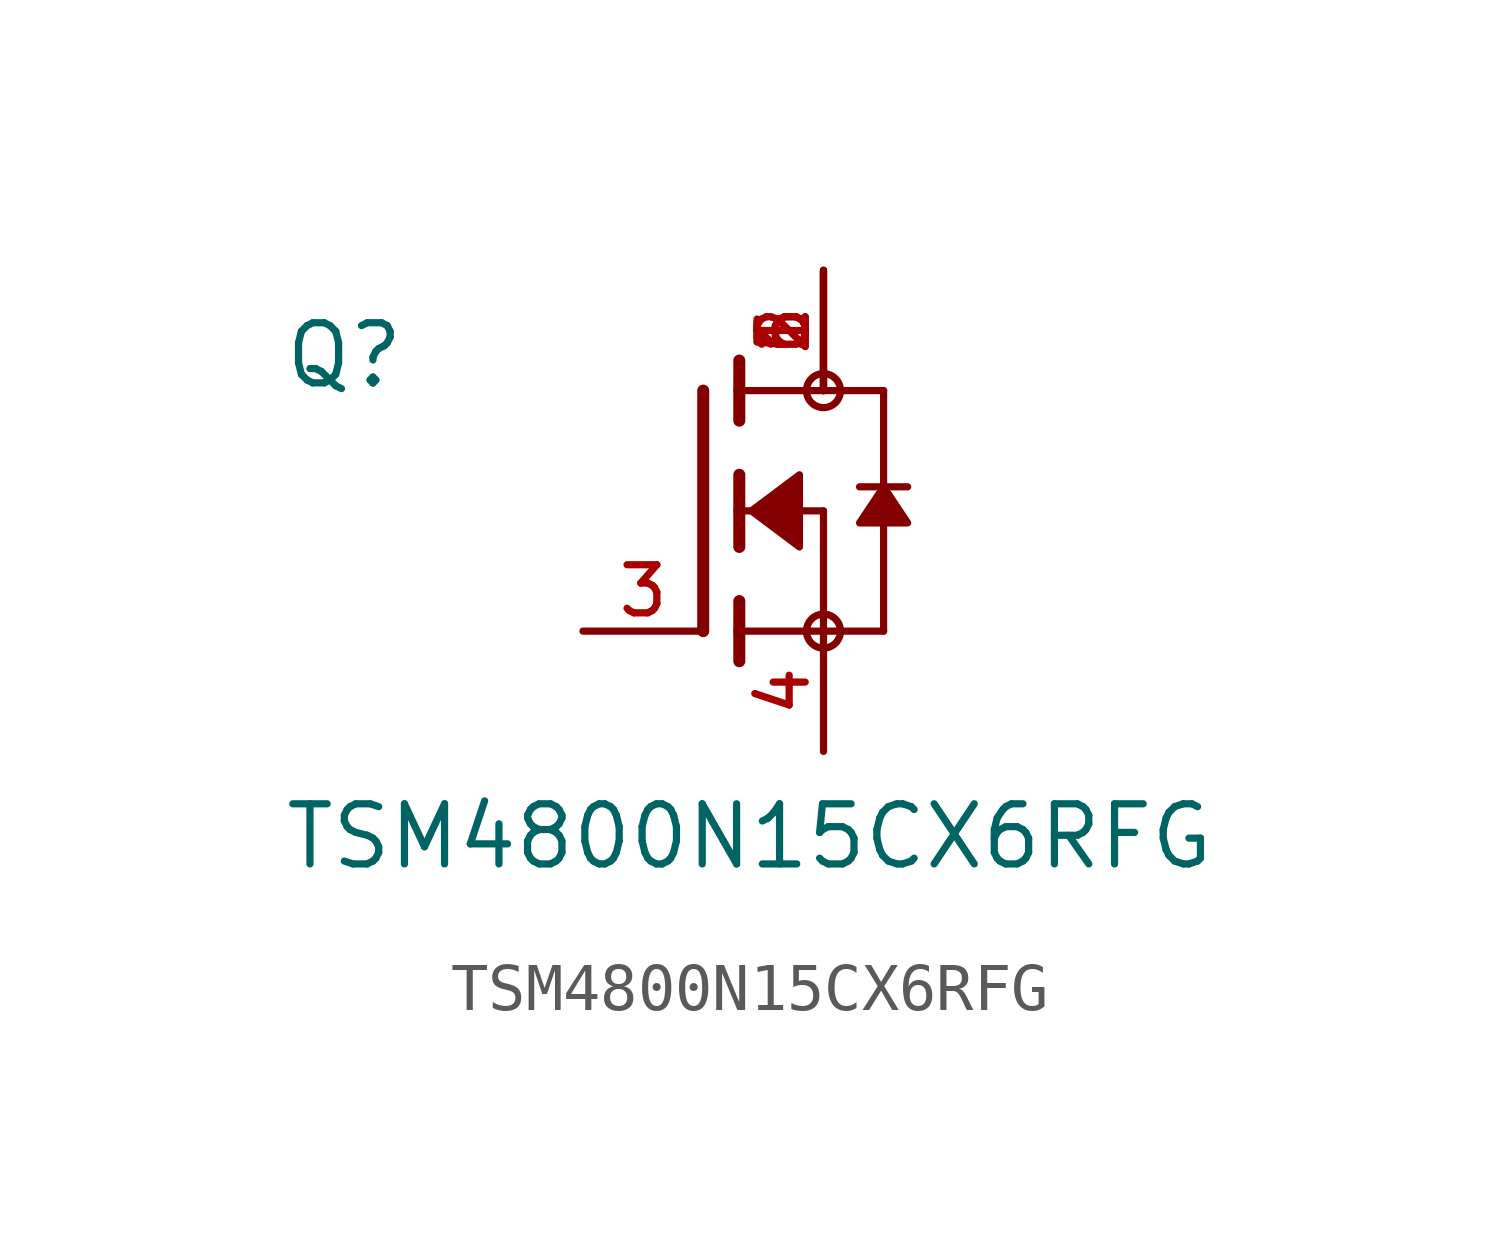
<source format=kicad_sym>
(kicad_symbol_lib
  (version 20211014)
  (generator kicad_symbol_editor)
  (symbol "TSM4800N15CX6RFG"
    (pin_names
      (offset 1.016))
    (property "Reference" "Q"
      (at -8.89 2.54 0)
      (effects (font (size 1.27 1.27)) (justify bottom left)))
    (property "Value" "TSM4800N15CX6RFG"
      (at -8.89 -7.62 0)
      (effects (font (size 1.27 1.27)) (justify bottom left)))
    (symbol "TSM4800N15CX6RFG_0_0"
      (polyline (pts (xy 0.762 0.762) (xy 0.762 0.0)) (stroke (width 0.254)))
      (polyline (pts (xy 0.762 0.0) (xy 0.762 -0.762)) (stroke (width 0.254)))
      (polyline (pts (xy 0.762 3.175) (xy 0.762 2.54)) (stroke (width 0.254)))
      (polyline (pts (xy 0.762 2.54) (xy 0.762 1.905)) (stroke (width 0.254)))
      (polyline (pts (xy 0.762 0.0) (xy 2.54 0.0)) (stroke (width 0.152)))
      (polyline (pts (xy 2.54 0.0) (xy 2.54 -2.54)) (stroke (width 0.152)))
      (polyline (pts (xy 0.762 -1.905) (xy 0.762 -2.54)) (stroke (width 0.254)))
      (polyline (pts (xy 0.762 -2.54) (xy 0.762 -3.175)) (stroke (width 0.254)))
      (polyline (pts (xy 0.0 2.54) (xy 0.0 -2.54)) (stroke (width 0.254)))
      (polyline (pts (xy 2.54 -2.54) (xy 0.762 -2.54)) (stroke (width 0.152)))
      (polyline (pts (xy 3.81 2.54) (xy 3.81 0.508)) (stroke (width 0.152)))
      (polyline (pts (xy 3.81 0.508) (xy 3.81 -2.54)) (stroke (width 0.152)))
      (polyline (pts (xy 2.54 -2.54) (xy 3.81 -2.54)) (stroke (width 0.152)))
      (polyline (pts (xy 0.762 2.54) (xy 3.81 2.54)) (stroke (width 0.152)))
      (polyline (pts (xy 4.318 0.508) (xy 3.81 0.508)) (stroke (width 0.152)))
      (polyline (pts (xy 3.81 0.508) (xy 3.302 0.508)) (stroke (width 0.152)))
      (circle (center 2.54 -2.54) (radius 0.359) (stroke (width 0.0)) (fill (type none)))
      (circle (center 2.54 2.54) (radius 0.359) (stroke (width 0.0)) (fill (type none)))
      (polyline (pts (xy 3.81 0.508) (xy 3.302 -0.254) (xy 4.318 -0.254) (xy 3.81 0.508)) (stroke (width 0.152)) (fill (type outline)))
      (polyline (pts (xy 1.016 0.0) (xy 2.032 0.762) (xy 2.032 -0.762) (xy 1.016 0.0)) (stroke (width 0.152)) (fill (type outline)))
      (pin passive line (at 2.54 -5.08 90.0) (length 2.54) (name "~" (effects (font (size 1.016 1.016)))) (number "4" (effects (font (size 1.016 1.016)))))
      (pin passive line (at -2.54 -2.54 0) (length 2.54) (name "~" (effects (font (size 1.016 1.016)))) (number "3" (effects (font (size 1.016 1.016)))))
      (pin passive line (at 2.54 5.08 270.0) (length 2.54) (name "~" (effects (font (size 1.016 1.016)))) (number "1" (effects (font (size 1.016 1.016)))))
      (pin passive line (at 2.54 5.08 270.0) (length 2.54) (name "~" (effects (font (size 1.016 1.016)))) (number "2" (effects (font (size 1.016 1.016)))))
      (pin passive line (at 2.54 5.08 270.0) (length 2.54) (name "~" (effects (font (size 1.016 1.016)))) (number "5" (effects (font (size 1.016 1.016)))))
      (pin passive line (at 2.54 5.08 270.0) (length 2.54) (name "~" (effects (font (size 1.016 1.016)))) (number "6" (effects (font (size 1.016 1.016))))))))
</source>
